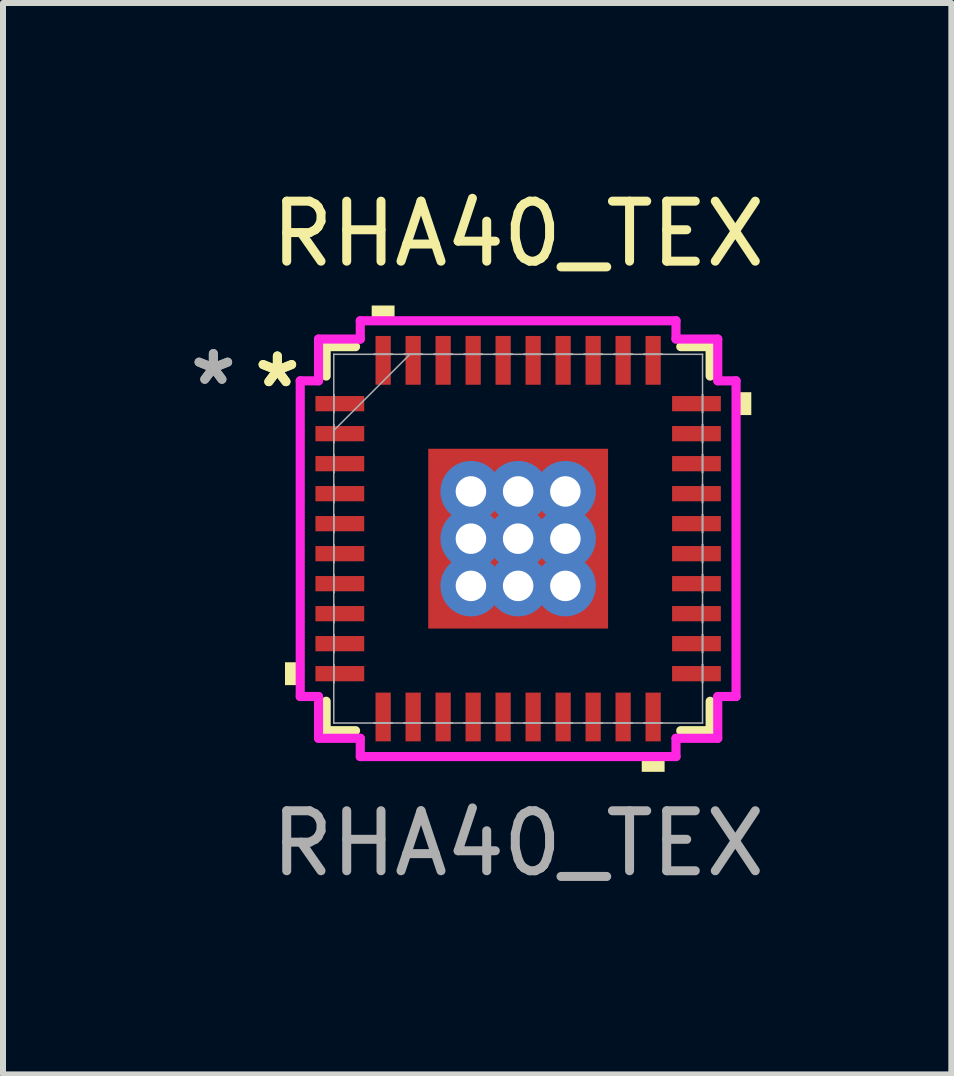
<source format=kicad_pcb>
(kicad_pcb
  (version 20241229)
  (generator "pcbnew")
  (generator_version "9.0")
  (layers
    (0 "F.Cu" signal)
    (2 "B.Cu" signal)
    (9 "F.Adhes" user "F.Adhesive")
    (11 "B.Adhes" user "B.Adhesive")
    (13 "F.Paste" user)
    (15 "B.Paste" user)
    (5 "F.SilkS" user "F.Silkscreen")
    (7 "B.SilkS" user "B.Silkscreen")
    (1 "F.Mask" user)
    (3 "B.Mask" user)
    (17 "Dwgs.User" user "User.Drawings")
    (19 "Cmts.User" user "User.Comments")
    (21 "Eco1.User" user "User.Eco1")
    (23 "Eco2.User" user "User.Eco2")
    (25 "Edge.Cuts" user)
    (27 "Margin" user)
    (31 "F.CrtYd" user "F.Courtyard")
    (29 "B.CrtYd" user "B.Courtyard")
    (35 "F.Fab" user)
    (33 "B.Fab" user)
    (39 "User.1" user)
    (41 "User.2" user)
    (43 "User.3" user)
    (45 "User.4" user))
  (footprint "RHA40_TEX"
    (layer "F.Cu")
    (at 5.586 5.928)
    (property "Reference" "RHA40_TEX" (at 0 -5.08 0) (unlocked yes) (layer "F.SilkS") (effects (font (size 1 1) (thickness 0.15))))
    (attr smd)
    (fp_poly (pts (xy -1.562 -1.562) (xy -0.987 -1.562) (xy -0.987 1.562) (xy -1.562 1.562)) (stroke (width 0) (type solid)) (fill yes) (layer "F.Mask"))
    (fp_poly (pts (xy -1.562 -1.562) (xy 1.562 -1.562) (xy 1.562 -0.987) (xy -1.562 -0.987)) (stroke (width 0) (type solid)) (fill yes) (layer "F.Mask"))
    (fp_poly (pts (xy -1.562 -0.587) (xy 1.562 -0.587) (xy 1.562 -0.2) (xy -1.562 -0.2)) (stroke (width 0) (type solid)) (fill yes) (layer "F.Mask"))
    (fp_poly (pts (xy -1.562 0.2) (xy 1.562 0.2) (xy 1.562 0.587) (xy -1.562 0.587)) (stroke (width 0) (type solid)) (fill yes) (layer "F.Mask"))
    (fp_poly (pts (xy -1.562 0.987) (xy 1.562 0.987) (xy 1.562 1.562) (xy -1.562 1.562)) (stroke (width 0) (type solid)) (fill yes) (layer "F.Mask"))
    (fp_poly (pts (xy -0.2 -1.562) (xy -0.587 -1.562) (xy -0.587 1.562) (xy -0.2 1.562)) (stroke (width 0) (type solid)) (fill yes) (layer "F.Mask"))
    (fp_poly (pts (xy 0.587 -1.562) (xy 0.2 -1.562) (xy 0.2 1.562) (xy 0.587 1.562)) (stroke (width 0) (type solid)) (fill yes) (layer "F.Mask"))
    (fp_poly (pts (xy 0.987 -1.562) (xy 1.562 -1.562) (xy 1.562 1.562) (xy 0.987 1.562)) (stroke (width 0) (type solid)) (fill yes) (layer "F.Mask"))
    (fp_line (start -3.2 -3.2) (end -3.2 -2.71) (stroke (width 0.152) (type solid)) (layer "F.SilkS"))
    (fp_line (start -3.2 2.71) (end -3.2 3.2) (stroke (width 0.152) (type solid)) (layer "F.SilkS"))
    (fp_line (start -3.2 3.2) (end -2.71 3.2) (stroke (width 0.152) (type solid)) (layer "F.SilkS"))
    (fp_line (start -2.71 -3.2) (end -3.2 -3.2) (stroke (width 0.152) (type solid)) (layer "F.SilkS"))
    (fp_line (start 2.71 3.2) (end 3.2 3.2) (stroke (width 0.152) (type solid)) (layer "F.SilkS"))
    (fp_line (start 3.2 -3.2) (end 2.71 -3.2) (stroke (width 0.152) (type solid)) (layer "F.SilkS"))
    (fp_line (start 3.2 -2.71) (end 3.2 -3.2) (stroke (width 0.152) (type solid)) (layer "F.SilkS"))
    (fp_line (start 3.2 3.2) (end 3.2 2.71) (stroke (width 0.152) (type solid)) (layer "F.SilkS"))
    (fp_poly (pts (xy -3.886 2.06) (xy -3.886 2.441) (xy -3.632 2.441) (xy -3.632 2.06)) (stroke (width 0) (type solid)) (fill yes) (layer "F.SilkS"))
    (fp_poly (pts (xy -2.441 -3.632) (xy -2.441 -3.886) (xy -2.06 -3.886) (xy -2.06 -3.632)) (stroke (width 0) (type solid)) (fill yes) (layer "F.SilkS"))
    (fp_poly (pts (xy 2.06 3.632) (xy 2.06 3.886) (xy 2.441 3.886) (xy 2.441 3.632)) (stroke (width 0) (type solid)) (fill yes) (layer "F.SilkS"))
    (fp_poly (pts (xy 3.886 -2.441) (xy 3.886 -2.06) (xy 3.632 -2.06) (xy 3.632 -2.441)) (stroke (width 0) (type solid)) (fill yes) (layer "F.SilkS"))
    (fp_poly (pts (xy -1.424 -1.424) (xy -1.424 -0.887) (xy -1.029 -0.887) (xy -0.887 -1.029) (xy -0.887 -1.424)) (stroke (width 0) (type solid)) (fill yes) (layer "F.Paste"))
    (fp_poly (pts (xy -1.424 0.887) (xy -1.424 1.424) (xy -0.887 1.424) (xy -0.887 1.029) (xy -1.029 0.887)) (stroke (width 0) (type solid)) (fill yes) (layer "F.Paste"))
    (fp_poly (pts (xy 0.887 -1.424) (xy 0.887 -1.029) (xy 1.029 -0.887) (xy 1.424 -0.887) (xy 1.424 -1.424)) (stroke (width 0) (type solid)) (fill yes) (layer "F.Paste"))
    (fp_poly (pts (xy 1.029 0.887) (xy 0.887 1.029) (xy 0.887 1.424) (xy 1.424 1.424) (xy 1.424 0.887)) (stroke (width 0) (type solid)) (fill yes) (layer "F.Paste"))
    (fp_poly (pts (xy -1.424 -0.687) (xy -1.424 -0.1) (xy -1.029 -0.1) (xy -0.887 -0.241) (xy -0.887 -0.546) (xy -1.029 -0.687)) (stroke (width 0) (type solid)) (fill yes) (layer "F.Paste"))
    (fp_poly (pts (xy -1.424 0.1) (xy -1.424 0.687) (xy -1.029 0.687) (xy -0.887 0.546) (xy -0.887 0.241) (xy -1.029 0.1)) (stroke (width 0) (type solid)) (fill yes) (layer "F.Paste"))
    (fp_poly (pts (xy -0.687 -1.424) (xy -0.687 -1.029) (xy -0.546 -0.887) (xy -0.241 -0.887) (xy -0.1 -1.029) (xy -0.1 -1.424)) (stroke (width 0) (type solid)) (fill yes) (layer "F.Paste"))
    (fp_poly (pts (xy -0.546 0.887) (xy -0.687 1.029) (xy -0.687 1.424) (xy -0.1 1.424) (xy -0.1 1.029) (xy -0.241 0.887)) (stroke (width 0) (type solid)) (fill yes) (layer "F.Paste"))
    (fp_poly (pts (xy 0.1 -1.424) (xy 0.1 -1.029) (xy 0.241 -0.887) (xy 0.546 -0.887) (xy 0.687 -1.029) (xy 0.687 -1.424)) (stroke (width 0) (type solid)) (fill yes) (layer "F.Paste"))
    (fp_poly (pts (xy 0.241 0.887) (xy 0.1 1.029) (xy 0.1 1.424) (xy 0.687 1.424) (xy 0.687 1.029) (xy 0.546 0.887)) (stroke (width 0) (type solid)) (fill yes) (layer "F.Paste"))
    (fp_poly (pts (xy 1.029 -0.687) (xy 0.887 -0.546) (xy 0.887 -0.241) (xy 1.029 -0.1) (xy 1.424 -0.1) (xy 1.424 -0.687)) (stroke (width 0) (type solid)) (fill yes) (layer "F.Paste"))
    (fp_poly (pts (xy 1.029 0.1) (xy 0.887 0.241) (xy 0.887 0.546) (xy 1.029 0.687) (xy 1.424 0.687) (xy 1.424 0.1)) (stroke (width 0) (type solid)) (fill yes) (layer "F.Paste"))
    (fp_poly (pts (xy -0.546 -0.687) (xy -0.687 -0.546) (xy -0.687 -0.241) (xy -0.546 -0.1) (xy -0.241 -0.1) (xy -0.1 -0.241) (xy -0.1 -0.546) (xy -0.241 -0.687)) (stroke (width 0) (type solid)) (fill yes) (layer "F.Paste"))
    (fp_poly (pts (xy -0.546 0.1) (xy -0.687 0.241) (xy -0.687 0.546) (xy -0.546 0.687) (xy -0.241 0.687) (xy -0.1 0.546) (xy -0.1 0.241) (xy -0.241 0.1)) (stroke (width 0) (type solid)) (fill yes) (layer "F.Paste"))
    (fp_poly (pts (xy 0.241 -0.687) (xy 0.1 -0.546) (xy 0.1 -0.241) (xy 0.241 -0.1) (xy 0.546 -0.1) (xy 0.687 -0.241) (xy 0.687 -0.546) (xy 0.546 -0.687)) (stroke (width 0) (type solid)) (fill yes) (layer "F.Paste"))
    (fp_poly (pts (xy 0.241 0.1) (xy 0.1 0.241) (xy 0.1 0.546) (xy 0.241 0.687) (xy 0.546 0.687) (xy 0.687 0.546) (xy 0.687 0.241) (xy 0.546 0.1)) (stroke (width 0) (type solid)) (fill yes) (layer "F.Paste"))
    (fp_line (start -3.632 -2.631) (end -3.327 -2.631) (stroke (width 0.152) (type solid)) (layer "F.CrtYd"))
    (fp_line (start -3.632 2.631) (end -3.632 -2.631) (stroke (width 0.152) (type solid)) (layer "F.CrtYd"))
    (fp_line (start -3.327 -3.327) (end -2.631 -3.327) (stroke (width 0.152) (type solid)) (layer "F.CrtYd"))
    (fp_line (start -3.327 -2.631) (end -3.327 -3.327) (stroke (width 0.152) (type solid)) (layer "F.CrtYd"))
    (fp_line (start -3.327 2.631) (end -3.632 2.631) (stroke (width 0.152) (type solid)) (layer "F.CrtYd"))
    (fp_line (start -3.327 3.327) (end -3.327 2.631) (stroke (width 0.152) (type solid)) (layer "F.CrtYd"))
    (fp_line (start -2.631 -3.632) (end 2.631 -3.632) (stroke (width 0.152) (type solid)) (layer "F.CrtYd"))
    (fp_line (start -2.631 -3.327) (end -2.631 -3.632) (stroke (width 0.152) (type solid)) (layer "F.CrtYd"))
    (fp_line (start -2.631 3.327) (end -3.327 3.327) (stroke (width 0.152) (type solid)) (layer "F.CrtYd"))
    (fp_line (start -2.631 3.632) (end -2.631 3.327) (stroke (width 0.152) (type solid)) (layer "F.CrtYd"))
    (fp_line (start 2.631 -3.632) (end 2.631 -3.327) (stroke (width 0.152) (type solid)) (layer "F.CrtYd"))
    (fp_line (start 2.631 -3.327) (end 3.327 -3.327) (stroke (width 0.152) (type solid)) (layer "F.CrtYd"))
    (fp_line (start 2.631 3.327) (end 2.631 3.632) (stroke (width 0.152) (type solid)) (layer "F.CrtYd"))
    (fp_line (start 2.631 3.632) (end -2.631 3.632) (stroke (width 0.152) (type solid)) (layer "F.CrtYd"))
    (fp_line (start 3.327 -3.327) (end 3.327 -2.631) (stroke (width 0.152) (type solid)) (layer "F.CrtYd"))
    (fp_line (start 3.327 -2.631) (end 3.632 -2.631) (stroke (width 0.152) (type solid)) (layer "F.CrtYd"))
    (fp_line (start 3.327 2.631) (end 3.327 3.327) (stroke (width 0.152) (type solid)) (layer "F.CrtYd"))
    (fp_line (start 3.327 3.327) (end 2.631 3.327) (stroke (width 0.152) (type solid)) (layer "F.CrtYd"))
    (fp_line (start 3.632 -2.631) (end 3.632 2.631) (stroke (width 0.152) (type solid)) (layer "F.CrtYd"))
    (fp_line (start 3.632 2.631) (end 3.327 2.631) (stroke (width 0.152) (type solid)) (layer "F.CrtYd"))
    (fp_line (start -3.073 -3.073) (end -3.073 -3.073) (stroke (width 0.025) (type solid)) (layer "F.Fab"))
    (fp_line (start -3.073 -3.073) (end -3.073 3.073) (stroke (width 0.025) (type solid)) (layer "F.Fab"))
    (fp_line (start -3.073 -2.402) (end -3.073 -2.402) (stroke (width 0.025) (type solid)) (layer "F.Fab"))
    (fp_line (start -3.073 -2.402) (end -3.073 -2.098) (stroke (width 0.025) (type solid)) (layer "F.Fab"))
    (fp_line (start -3.073 -2.098) (end -3.073 -2.402) (stroke (width 0.025) (type solid)) (layer "F.Fab"))
    (fp_line (start -3.073 -2.098) (end -3.073 -2.098) (stroke (width 0.025) (type solid)) (layer "F.Fab"))
    (fp_line (start -3.073 -1.902) (end -3.073 -1.902) (stroke (width 0.025) (type solid)) (layer "F.Fab"))
    (fp_line (start -3.073 -1.902) (end -3.073 -1.598) (stroke (width 0.025) (type solid)) (layer "F.Fab"))
    (fp_line (start -3.073 -1.803) (end -1.803 -3.073) (stroke (width 0.025) (type solid)) (layer "F.Fab"))
    (fp_line (start -3.073 -1.598) (end -3.073 -1.902) (stroke (width 0.025) (type solid)) (layer "F.Fab"))
    (fp_line (start -3.073 -1.598) (end -3.073 -1.598) (stroke (width 0.025) (type solid)) (layer "F.Fab"))
    (fp_line (start -3.073 -1.402) (end -3.073 -1.402) (stroke (width 0.025) (type solid)) (layer "F.Fab"))
    (fp_line (start -3.073 -1.402) (end -3.073 -1.098) (stroke (width 0.025) (type solid)) (layer "F.Fab"))
    (fp_line (start -3.073 -1.098) (end -3.073 -1.402) (stroke (width 0.025) (type solid)) (layer "F.Fab"))
    (fp_line (start -3.073 -1.098) (end -3.073 -1.098) (stroke (width 0.025) (type solid)) (layer "F.Fab"))
    (fp_line (start -3.073 -0.902) (end -3.073 -0.902) (stroke (width 0.025) (type solid)) (layer "F.Fab"))
    (fp_line (start -3.073 -0.902) (end -3.073 -0.598) (stroke (width 0.025) (type solid)) (layer "F.Fab"))
    (fp_line (start -3.073 -0.598) (end -3.073 -0.902) (stroke (width 0.025) (type solid)) (layer "F.Fab"))
    (fp_line (start -3.073 -0.598) (end -3.073 -0.598) (stroke (width 0.025) (type solid)) (layer "F.Fab"))
    (fp_line (start -3.073 -0.402) (end -3.073 -0.402) (stroke (width 0.025) (type solid)) (layer "F.Fab"))
    (fp_line (start -3.073 -0.402) (end -3.073 -0.098) (stroke (width 0.025) (type solid)) (layer "F.Fab"))
    (fp_line (start -3.073 -0.098) (end -3.073 -0.402) (stroke (width 0.025) (type solid)) (layer "F.Fab"))
    (fp_line (start -3.073 -0.098) (end -3.073 -0.098) (stroke (width 0.025) (type solid)) (layer "F.Fab"))
    (fp_line (start -3.073 0.098) (end -3.073 0.098) (stroke (width 0.025) (type solid)) (layer "F.Fab"))
    (fp_line (start -3.073 0.098) (end -3.073 0.402) (stroke (width 0.025) (type solid)) (layer "F.Fab"))
    (fp_line (start -3.073 0.402) (end -3.073 0.098) (stroke (width 0.025) (type solid)) (layer "F.Fab"))
    (fp_line (start -3.073 0.402) (end -3.073 0.402) (stroke (width 0.025) (type solid)) (layer "F.Fab"))
    (fp_line (start -3.073 0.598) (end -3.073 0.598) (stroke (width 0.025) (type solid)) (layer "F.Fab"))
    (fp_line (start -3.073 0.598) (end -3.073 0.902) (stroke (width 0.025) (type solid)) (layer "F.Fab"))
    (fp_line (start -3.073 0.902) (end -3.073 0.598) (stroke (width 0.025) (type solid)) (layer "F.Fab"))
    (fp_line (start -3.073 0.902) (end -3.073 0.902) (stroke (width 0.025) (type solid)) (layer "F.Fab"))
    (fp_line (start -3.073 1.098) (end -3.073 1.098) (stroke (width 0.025) (type solid)) (layer "F.Fab"))
    (fp_line (start -3.073 1.098) (end -3.073 1.402) (stroke (width 0.025) (type solid)) (layer "F.Fab"))
    (fp_line (start -3.073 1.402) (end -3.073 1.098) (stroke (width 0.025) (type solid)) (layer "F.Fab"))
    (fp_line (start -3.073 1.402) (end -3.073 1.402) (stroke (width 0.025) (type solid)) (layer "F.Fab"))
    (fp_line (start -3.073 1.598) (end -3.073 1.598) (stroke (width 0.025) (type solid)) (layer "F.Fab"))
    (fp_line (start -3.073 1.598) (end -3.073 1.902) (stroke (width 0.025) (type solid)) (layer "F.Fab"))
    (fp_line (start -3.073 1.902) (end -3.073 1.598) (stroke (width 0.025) (type solid)) (layer "F.Fab"))
    (fp_line (start -3.073 1.902) (end -3.073 1.902) (stroke (width 0.025) (type solid)) (layer "F.Fab"))
    (fp_line (start -3.073 2.098) (end -3.073 2.098) (stroke (width 0.025) (type solid)) (layer "F.Fab"))
    (fp_line (start -3.073 2.098) (end -3.073 2.402) (stroke (width 0.025) (type solid)) (layer "F.Fab"))
    (fp_line (start -3.073 2.402) (end -3.073 2.098) (stroke (width 0.025) (type solid)) (layer "F.Fab"))
    (fp_line (start -3.073 2.402) (end -3.073 2.402) (stroke (width 0.025) (type solid)) (layer "F.Fab"))
    (fp_line (start -3.073 3.073) (end -3.073 3.073) (stroke (width 0.025) (type solid)) (layer "F.Fab"))
    (fp_line (start -3.073 3.073) (end 3.073 3.073) (stroke (width 0.025) (type solid)) (layer "F.Fab"))
    (fp_line (start -2.402 -3.073) (end -2.402 -3.073) (stroke (width 0.025) (type solid)) (layer "F.Fab"))
    (fp_line (start -2.402 -3.073) (end -2.098 -3.073) (stroke (width 0.025) (type solid)) (layer "F.Fab"))
    (fp_line (start -2.402 3.073) (end -2.402 3.073) (stroke (width 0.025) (type solid)) (layer "F.Fab"))
    (fp_line (start -2.402 3.073) (end -2.098 3.073) (stroke (width 0.025) (type solid)) (layer "F.Fab"))
    (fp_line (start -2.098 -3.073) (end -2.402 -3.073) (stroke (width 0.025) (type solid)) (layer "F.Fab"))
    (fp_line (start -2.098 -3.073) (end -2.098 -3.073) (stroke (width 0.025) (type solid)) (layer "F.Fab"))
    (fp_line (start -2.098 3.073) (end -2.402 3.073) (stroke (width 0.025) (type solid)) (layer "F.Fab"))
    (fp_line (start -2.098 3.073) (end -2.098 3.073) (stroke (width 0.025) (type solid)) (layer "F.Fab"))
    (fp_line (start -1.902 -3.073) (end -1.902 -3.073) (stroke (width 0.025) (type solid)) (layer "F.Fab"))
    (fp_line (start -1.902 -3.073) (end -1.598 -3.073) (stroke (width 0.025) (type solid)) (layer "F.Fab"))
    (fp_line (start -1.902 3.073) (end -1.902 3.073) (stroke (width 0.025) (type solid)) (layer "F.Fab"))
    (fp_line (start -1.902 3.073) (end -1.598 3.073) (stroke (width 0.025) (type solid)) (layer "F.Fab"))
    (fp_line (start -1.598 -3.073) (end -1.902 -3.073) (stroke (width 0.025) (type solid)) (layer "F.Fab"))
    (fp_line (start -1.598 -3.073) (end -1.598 -3.073) (stroke (width 0.025) (type solid)) (layer "F.Fab"))
    (fp_line (start -1.598 3.073) (end -1.902 3.073) (stroke (width 0.025) (type solid)) (layer "F.Fab"))
    (fp_line (start -1.598 3.073) (end -1.598 3.073) (stroke (width 0.025) (type solid)) (layer "F.Fab"))
    (fp_line (start -1.402 -3.073) (end -1.402 -3.073) (stroke (width 0.025) (type solid)) (layer "F.Fab"))
    (fp_line (start -1.402 -3.073) (end -1.098 -3.073) (stroke (width 0.025) (type solid)) (layer "F.Fab"))
    (fp_line (start -1.402 3.073) (end -1.402 3.073) (stroke (width 0.025) (type solid)) (layer "F.Fab"))
    (fp_line (start -1.402 3.073) (end -1.098 3.073) (stroke (width 0.025) (type solid)) (layer "F.Fab"))
    (fp_line (start -1.098 -3.073) (end -1.402 -3.073) (stroke (width 0.025) (type solid)) (layer "F.Fab"))
    (fp_line (start -1.098 -3.073) (end -1.098 -3.073) (stroke (width 0.025) (type solid)) (layer "F.Fab"))
    (fp_line (start -1.098 3.073) (end -1.402 3.073) (stroke (width 0.025) (type solid)) (layer "F.Fab"))
    (fp_line (start -1.098 3.073) (end -1.098 3.073) (stroke (width 0.025) (type solid)) (layer "F.Fab"))
    (fp_line (start -0.902 -3.073) (end -0.902 -3.073) (stroke (width 0.025) (type solid)) (layer "F.Fab"))
    (fp_line (start -0.902 -3.073) (end -0.598 -3.073) (stroke (width 0.025) (type solid)) (layer "F.Fab"))
    (fp_line (start -0.902 3.073) (end -0.902 3.073) (stroke (width 0.025) (type solid)) (layer "F.Fab"))
    (fp_line (start -0.902 3.073) (end -0.598 3.073) (stroke (width 0.025) (type solid)) (layer "F.Fab"))
    (fp_line (start -0.598 -3.073) (end -0.902 -3.073) (stroke (width 0.025) (type solid)) (layer "F.Fab"))
    (fp_line (start -0.598 -3.073) (end -0.598 -3.073) (stroke (width 0.025) (type solid)) (layer "F.Fab"))
    (fp_line (start -0.598 3.073) (end -0.902 3.073) (stroke (width 0.025) (type solid)) (layer "F.Fab"))
    (fp_line (start -0.598 3.073) (end -0.598 3.073) (stroke (width 0.025) (type solid)) (layer "F.Fab"))
    (fp_line (start -0.402 -3.073) (end -0.402 -3.073) (stroke (width 0.025) (type solid)) (layer "F.Fab"))
    (fp_line (start -0.402 -3.073) (end -0.098 -3.073) (stroke (width 0.025) (type solid)) (layer "F.Fab"))
    (fp_line (start -0.402 3.073) (end -0.402 3.073) (stroke (width 0.025) (type solid)) (layer "F.Fab"))
    (fp_line (start -0.402 3.073) (end -0.098 3.073) (stroke (width 0.025) (type solid)) (layer "F.Fab"))
    (fp_line (start -0.098 -3.073) (end -0.402 -3.073) (stroke (width 0.025) (type solid)) (layer "F.Fab"))
    (fp_line (start -0.098 -3.073) (end -0.098 -3.073) (stroke (width 0.025) (type solid)) (layer "F.Fab"))
    (fp_line (start -0.098 3.073) (end -0.402 3.073) (stroke (width 0.025) (type solid)) (layer "F.Fab"))
    (fp_line (start -0.098 3.073) (end -0.098 3.073) (stroke (width 0.025) (type solid)) (layer "F.Fab"))
    (fp_line (start 0.098 -3.073) (end 0.098 -3.073) (stroke (width 0.025) (type solid)) (layer "F.Fab"))
    (fp_line (start 0.098 -3.073) (end 0.402 -3.073) (stroke (width 0.025) (type solid)) (layer "F.Fab"))
    (fp_line (start 0.098 3.073) (end 0.098 3.073) (stroke (width 0.025) (type solid)) (layer "F.Fab"))
    (fp_line (start 0.098 3.073) (end 0.402 3.073) (stroke (width 0.025) (type solid)) (layer "F.Fab"))
    (fp_line (start 0.402 -3.073) (end 0.098 -3.073) (stroke (width 0.025) (type solid)) (layer "F.Fab"))
    (fp_line (start 0.402 -3.073) (end 0.402 -3.073) (stroke (width 0.025) (type solid)) (layer "F.Fab"))
    (fp_line (start 0.402 3.073) (end 0.098 3.073) (stroke (width 0.025) (type solid)) (layer "F.Fab"))
    (fp_line (start 0.402 3.073) (end 0.402 3.073) (stroke (width 0.025) (type solid)) (layer "F.Fab"))
    (fp_line (start 0.598 -3.073) (end 0.598 -3.073) (stroke (width 0.025) (type solid)) (layer "F.Fab"))
    (fp_line (start 0.598 -3.073) (end 0.902 -3.073) (stroke (width 0.025) (type solid)) (layer "F.Fab"))
    (fp_line (start 0.598 3.073) (end 0.598 3.073) (stroke (width 0.025) (type solid)) (layer "F.Fab"))
    (fp_line (start 0.598 3.073) (end 0.902 3.073) (stroke (width 0.025) (type solid)) (layer "F.Fab"))
    (fp_line (start 0.902 -3.073) (end 0.598 -3.073) (stroke (width 0.025) (type solid)) (layer "F.Fab"))
    (fp_line (start 0.902 -3.073) (end 0.902 -3.073) (stroke (width 0.025) (type solid)) (layer "F.Fab"))
    (fp_line (start 0.902 3.073) (end 0.598 3.073) (stroke (width 0.025) (type solid)) (layer "F.Fab"))
    (fp_line (start 0.902 3.073) (end 0.902 3.073) (stroke (width 0.025) (type solid)) (layer "F.Fab"))
    (fp_line (start 1.098 -3.073) (end 1.098 -3.073) (stroke (width 0.025) (type solid)) (layer "F.Fab"))
    (fp_line (start 1.098 -3.073) (end 1.402 -3.073) (stroke (width 0.025) (type solid)) (layer "F.Fab"))
    (fp_line (start 1.098 3.073) (end 1.098 3.073) (stroke (width 0.025) (type solid)) (layer "F.Fab"))
    (fp_line (start 1.098 3.073) (end 1.402 3.073) (stroke (width 0.025) (type solid)) (layer "F.Fab"))
    (fp_line (start 1.402 -3.073) (end 1.098 -3.073) (stroke (width 0.025) (type solid)) (layer "F.Fab"))
    (fp_line (start 1.402 -3.073) (end 1.402 -3.073) (stroke (width 0.025) (type solid)) (layer "F.Fab"))
    (fp_line (start 1.402 3.073) (end 1.098 3.073) (stroke (width 0.025) (type solid)) (layer "F.Fab"))
    (fp_line (start 1.402 3.073) (end 1.402 3.073) (stroke (width 0.025) (type solid)) (layer "F.Fab"))
    (fp_line (start 1.598 -3.073) (end 1.598 -3.073) (stroke (width 0.025) (type solid)) (layer "F.Fab"))
    (fp_line (start 1.598 -3.073) (end 1.902 -3.073) (stroke (width 0.025) (type solid)) (layer "F.Fab"))
    (fp_line (start 1.598 3.073) (end 1.598 3.073) (stroke (width 0.025) (type solid)) (layer "F.Fab"))
    (fp_line (start 1.598 3.073) (end 1.902 3.073) (stroke (width 0.025) (type solid)) (layer "F.Fab"))
    (fp_line (start 1.902 -3.073) (end 1.598 -3.073) (stroke (width 0.025) (type solid)) (layer "F.Fab"))
    (fp_line (start 1.902 -3.073) (end 1.902 -3.073) (stroke (width 0.025) (type solid)) (layer "F.Fab"))
    (fp_line (start 1.902 3.073) (end 1.598 3.073) (stroke (width 0.025) (type solid)) (layer "F.Fab"))
    (fp_line (start 1.902 3.073) (end 1.902 3.073) (stroke (width 0.025) (type solid)) (layer "F.Fab"))
    (fp_line (start 2.098 -3.073) (end 2.098 -3.073) (stroke (width 0.025) (type solid)) (layer "F.Fab"))
    (fp_line (start 2.098 -3.073) (end 2.402 -3.073) (stroke (width 0.025) (type solid)) (layer "F.Fab"))
    (fp_line (start 2.098 3.073) (end 2.098 3.073) (stroke (width 0.025) (type solid)) (layer "F.Fab"))
    (fp_line (start 2.098 3.073) (end 2.402 3.073) (stroke (width 0.025) (type solid)) (layer "F.Fab"))
    (fp_line (start 2.402 -3.073) (end 2.098 -3.073) (stroke (width 0.025) (type solid)) (layer "F.Fab"))
    (fp_line (start 2.402 -3.073) (end 2.402 -3.073) (stroke (width 0.025) (type solid)) (layer "F.Fab"))
    (fp_line (start 2.402 3.073) (end 2.098 3.073) (stroke (width 0.025) (type solid)) (layer "F.Fab"))
    (fp_line (start 2.402 3.073) (end 2.402 3.073) (stroke (width 0.025) (type solid)) (layer "F.Fab"))
    (fp_line (start 3.073 -3.073) (end -3.073 -3.073) (stroke (width 0.025) (type solid)) (layer "F.Fab"))
    (fp_line (start 3.073 -3.073) (end 3.073 -3.073) (stroke (width 0.025) (type solid)) (layer "F.Fab"))
    (fp_line (start 3.073 -2.402) (end 3.073 -2.402) (stroke (width 0.025) (type solid)) (layer "F.Fab"))
    (fp_line (start 3.073 -2.402) (end 3.073 -2.098) (stroke (width 0.025) (type solid)) (layer "F.Fab"))
    (fp_line (start 3.073 -2.098) (end 3.073 -2.402) (stroke (width 0.025) (type solid)) (layer "F.Fab"))
    (fp_line (start 3.073 -2.098) (end 3.073 -2.098) (stroke (width 0.025) (type solid)) (layer "F.Fab"))
    (fp_line (start 3.073 -1.902) (end 3.073 -1.902) (stroke (width 0.025) (type solid)) (layer "F.Fab"))
    (fp_line (start 3.073 -1.902) (end 3.073 -1.598) (stroke (width 0.025) (type solid)) (layer "F.Fab"))
    (fp_line (start 3.073 -1.598) (end 3.073 -1.902) (stroke (width 0.025) (type solid)) (layer "F.Fab"))
    (fp_line (start 3.073 -1.598) (end 3.073 -1.598) (stroke (width 0.025) (type solid)) (layer "F.Fab"))
    (fp_line (start 3.073 -1.402) (end 3.073 -1.402) (stroke (width 0.025) (type solid)) (layer "F.Fab"))
    (fp_line (start 3.073 -1.402) (end 3.073 -1.098) (stroke (width 0.025) (type solid)) (layer "F.Fab"))
    (fp_line (start 3.073 -1.098) (end 3.073 -1.402) (stroke (width 0.025) (type solid)) (layer "F.Fab"))
    (fp_line (start 3.073 -1.098) (end 3.073 -1.098) (stroke (width 0.025) (type solid)) (layer "F.Fab"))
    (fp_line (start 3.073 -0.902) (end 3.073 -0.902) (stroke (width 0.025) (type solid)) (layer "F.Fab"))
    (fp_line (start 3.073 -0.902) (end 3.073 -0.598) (stroke (width 0.025) (type solid)) (layer "F.Fab"))
    (fp_line (start 3.073 -0.598) (end 3.073 -0.902) (stroke (width 0.025) (type solid)) (layer "F.Fab"))
    (fp_line (start 3.073 -0.598) (end 3.073 -0.598) (stroke (width 0.025) (type solid)) (layer "F.Fab"))
    (fp_line (start 3.073 -0.402) (end 3.073 -0.402) (stroke (width 0.025) (type solid)) (layer "F.Fab"))
    (fp_line (start 3.073 -0.402) (end 3.073 -0.098) (stroke (width 0.025) (type solid)) (layer "F.Fab"))
    (fp_line (start 3.073 -0.098) (end 3.073 -0.402) (stroke (width 0.025) (type solid)) (layer "F.Fab"))
    (fp_line (start 3.073 -0.098) (end 3.073 -0.098) (stroke (width 0.025) (type solid)) (layer "F.Fab"))
    (fp_line (start 3.073 0.098) (end 3.073 0.098) (stroke (width 0.025) (type solid)) (layer "F.Fab"))
    (fp_line (start 3.073 0.098) (end 3.073 0.402) (stroke (width 0.025) (type solid)) (layer "F.Fab"))
    (fp_line (start 3.073 0.402) (end 3.073 0.098) (stroke (width 0.025) (type solid)) (layer "F.Fab"))
    (fp_line (start 3.073 0.402) (end 3.073 0.402) (stroke (width 0.025) (type solid)) (layer "F.Fab"))
    (fp_line (start 3.073 0.598) (end 3.073 0.598) (stroke (width 0.025) (type solid)) (layer "F.Fab"))
    (fp_line (start 3.073 0.598) (end 3.073 0.902) (stroke (width 0.025) (type solid)) (layer "F.Fab"))
    (fp_line (start 3.073 0.902) (end 3.073 0.598) (stroke (width 0.025) (type solid)) (layer "F.Fab"))
    (fp_line (start 3.073 0.902) (end 3.073 0.902) (stroke (width 0.025) (type solid)) (layer "F.Fab"))
    (fp_line (start 3.073 1.098) (end 3.073 1.098) (stroke (width 0.025) (type solid)) (layer "F.Fab"))
    (fp_line (start 3.073 1.098) (end 3.073 1.402) (stroke (width 0.025) (type solid)) (layer "F.Fab"))
    (fp_line (start 3.073 1.402) (end 3.073 1.098) (stroke (width 0.025) (type solid)) (layer "F.Fab"))
    (fp_line (start 3.073 1.402) (end 3.073 1.402) (stroke (width 0.025) (type solid)) (layer "F.Fab"))
    (fp_line (start 3.073 1.598) (end 3.073 1.598) (stroke (width 0.025) (type solid)) (layer "F.Fab"))
    (fp_line (start 3.073 1.598) (end 3.073 1.902) (stroke (width 0.025) (type solid)) (layer "F.Fab"))
    (fp_line (start 3.073 1.902) (end 3.073 1.598) (stroke (width 0.025) (type solid)) (layer "F.Fab"))
    (fp_line (start 3.073 1.902) (end 3.073 1.902) (stroke (width 0.025) (type solid)) (layer "F.Fab"))
    (fp_line (start 3.073 2.098) (end 3.073 2.098) (stroke (width 0.025) (type solid)) (layer "F.Fab"))
    (fp_line (start 3.073 2.098) (end 3.073 2.402) (stroke (width 0.025) (type solid)) (layer "F.Fab"))
    (fp_line (start 3.073 2.402) (end 3.073 2.098) (stroke (width 0.025) (type solid)) (layer "F.Fab"))
    (fp_line (start 3.073 2.402) (end 3.073 2.402) (stroke (width 0.025) (type solid)) (layer "F.Fab"))
    (fp_line (start 3.073 3.073) (end 3.073 -3.073) (stroke (width 0.025) (type solid)) (layer "F.Fab"))
    (fp_line (start 3.073 3.073) (end 3.073 3.073) (stroke (width 0.025) (type solid)) (layer "F.Fab"))
    (fp_text user "*" (at -4.013 -2.5 0) (unlocked yes) (layer "F.SilkS") (effects (font (size 1 1) (thickness 0.15))))
    (fp_text user "*" (at -4.013 -2.5 0) (layer "F.SilkS") (effects (font (size 1 1) (thickness 0.15))))
    (fp_text user "*" (at -5.08 -2.54 0) (layer "F.Fab") (effects (font (size 1 1) (thickness 0.15))))
    (fp_text user "${REFERENCE}" (at 0 5.08 0) (unlocked yes) (layer "F.Fab") (effects (font (size 1 1) (thickness 0.15))))
    (fp_text user "*" (at -5.08 -2.54 0) (unlocked yes) (layer "F.Fab") (effects (font (size 1 1) (thickness 0.15))))
    (pad "1" smd rect (at -2.972 -2.25 90) (size 0.254 0.813) (layers "F.Cu" "F.Mask" "F.Paste"))
    (pad "2" smd rect (at -2.972 -1.75 90) (size 0.254 0.813) (layers "F.Cu" "F.Mask" "F.Paste"))
    (pad "3" smd rect (at -2.972 -1.25 90) (size 0.254 0.813) (layers "F.Cu" "F.Mask" "F.Paste"))
    (pad "4" smd rect (at -2.972 -0.75 90) (size 0.254 0.813) (layers "F.Cu" "F.Mask" "F.Paste"))
    (pad "5" smd rect (at -2.972 -0.25 90) (size 0.254 0.813) (layers "F.Cu" "F.Mask" "F.Paste"))
    (pad "6" smd rect (at -2.972 0.25 90) (size 0.254 0.813) (layers "F.Cu" "F.Mask" "F.Paste"))
    (pad "7" smd rect (at -2.972 0.75 90) (size 0.254 0.813) (layers "F.Cu" "F.Mask" "F.Paste"))
    (pad "8" smd rect (at -2.972 1.25 90) (size 0.254 0.813) (layers "F.Cu" "F.Mask" "F.Paste"))
    (pad "9" smd rect (at -2.972 1.75 90) (size 0.254 0.813) (layers "F.Cu" "F.Mask" "F.Paste"))
    (pad "10" smd rect (at -2.972 2.25 90) (size 0.254 0.813) (layers "F.Cu" "F.Mask" "F.Paste"))
    (pad "11" smd rect (at -2.25 2.972) (size 0.254 0.813) (layers "F.Cu" "F.Mask" "F.Paste"))
    (pad "12" smd rect (at -1.75 2.972) (size 0.254 0.813) (layers "F.Cu" "F.Mask" "F.Paste"))
    (pad "13" smd rect (at -1.25 2.972) (size 0.254 0.813) (layers "F.Cu" "F.Mask" "F.Paste"))
    (pad "14" smd rect (at -0.75 2.972) (size 0.254 0.813) (layers "F.Cu" "F.Mask" "F.Paste"))
    (pad "15" smd rect (at -0.25 2.972) (size 0.254 0.813) (layers "F.Cu" "F.Mask" "F.Paste"))
    (pad "16" smd rect (at 0.25 2.972) (size 0.254 0.813) (layers "F.Cu" "F.Mask" "F.Paste"))
    (pad "17" smd rect (at 0.75 2.972) (size 0.254 0.813) (layers "F.Cu" "F.Mask" "F.Paste"))
    (pad "18" smd rect (at 1.25 2.972) (size 0.254 0.813) (layers "F.Cu" "F.Mask" "F.Paste"))
    (pad "19" smd rect (at 1.75 2.972) (size 0.254 0.813) (layers "F.Cu" "F.Mask" "F.Paste"))
    (pad "20" smd rect (at 2.25 2.972) (size 0.254 0.813) (layers "F.Cu" "F.Mask" "F.Paste"))
    (pad "21" smd rect (at 2.972 2.25 90) (size 0.254 0.813) (layers "F.Cu" "F.Mask" "F.Paste"))
    (pad "22" smd rect (at 2.972 1.75 90) (size 0.254 0.813) (layers "F.Cu" "F.Mask" "F.Paste"))
    (pad "23" smd rect (at 2.972 1.25 90) (size 0.254 0.813) (layers "F.Cu" "F.Mask" "F.Paste"))
    (pad "24" smd rect (at 2.972 0.75 90) (size 0.254 0.813) (layers "F.Cu" "F.Mask" "F.Paste"))
    (pad "25" smd rect (at 2.972 0.25 90) (size 0.254 0.813) (layers "F.Cu" "F.Mask" "F.Paste"))
    (pad "26" smd rect (at 2.972 -0.25 90) (size 0.254 0.813) (layers "F.Cu" "F.Mask" "F.Paste"))
    (pad "27" smd rect (at 2.972 -0.75 90) (size 0.254 0.813) (layers "F.Cu" "F.Mask" "F.Paste"))
    (pad "28" smd rect (at 2.972 -1.25 90) (size 0.254 0.813) (layers "F.Cu" "F.Mask" "F.Paste"))
    (pad "29" smd rect (at 2.972 -1.75 90) (size 0.254 0.813) (layers "F.Cu" "F.Mask" "F.Paste"))
    (pad "30" smd rect (at 2.972 -2.25 90) (size 0.254 0.813) (layers "F.Cu" "F.Mask" "F.Paste"))
    (pad "31" smd rect (at 2.25 -2.972) (size 0.254 0.813) (layers "F.Cu" "F.Mask" "F.Paste"))
    (pad "32" smd rect (at 1.75 -2.972) (size 0.254 0.813) (layers "F.Cu" "F.Mask" "F.Paste"))
    (pad "33" smd rect (at 1.25 -2.972) (size 0.254 0.813) (layers "F.Cu" "F.Mask" "F.Paste"))
    (pad "34" smd rect (at 0.75 -2.972) (size 0.254 0.813) (layers "F.Cu" "F.Mask" "F.Paste"))
    (pad "35" smd rect (at 0.25 -2.972) (size 0.254 0.813) (layers "F.Cu" "F.Mask" "F.Paste"))
    (pad "36" smd rect (at -0.25 -2.972) (size 0.254 0.813) (layers "F.Cu" "F.Mask" "F.Paste"))
    (pad "37" smd rect (at -0.75 -2.972) (size 0.254 0.813) (layers "F.Cu" "F.Mask" "F.Paste"))
    (pad "38" smd rect (at -1.25 -2.972) (size 0.254 0.813) (layers "F.Cu" "F.Mask" "F.Paste"))
    (pad "39" smd rect (at -1.75 -2.972) (size 0.254 0.813) (layers "F.Cu" "F.Mask" "F.Paste"))
    (pad "40" smd rect (at -2.25 -2.972) (size 0.254 0.813) (layers "F.Cu" "F.Mask" "F.Paste"))
    (pad "41" smd rect (at 0 0) (size 2.997 2.997) (layers "F.Cu"))
    (pad "V" thru_hole circle (at -0.787 -0.787) (size 1.016 1.016) (drill 0.508) (layers "*.Cu" "*.Mask"))
    (pad "V" thru_hole circle (at -0.787 0) (size 1.016 1.016) (drill 0.508) (layers "*.Cu" "*.Mask"))
    (pad "V" thru_hole circle (at -0.787 0.787) (size 1.016 1.016) (drill 0.508) (layers "*.Cu" "*.Mask"))
    (pad "V" thru_hole circle (at 0 -0.787) (size 1.016 1.016) (drill 0.508) (layers "*.Cu" "*.Mask"))
    (pad "V" thru_hole circle (at 0 0) (size 1.016 1.016) (drill 0.508) (layers "*.Cu" "*.Mask"))
    (pad "V" thru_hole circle (at 0 0.787) (size 1.016 1.016) (drill 0.508) (layers "*.Cu" "*.Mask"))
    (pad "V" thru_hole circle (at 0.787 -0.787) (size 1.016 1.016) (drill 0.508) (layers "*.Cu" "*.Mask"))
    (pad "V" thru_hole circle (at 0.787 0) (size 1.016 1.016) (drill 0.508) (layers "*.Cu" "*.Mask"))
    (pad "V" thru_hole circle (at 0.787 0.787) (size 1.016 1.016) (drill 0.508) (layers "*.Cu" "*.Mask")))
  (gr_rect
    (start -3 -3)
    (end 12.806 14.857)
    (stroke (width 0.1) (type default))
    (fill no)
    (layer "Edge.Cuts")))
</source>
